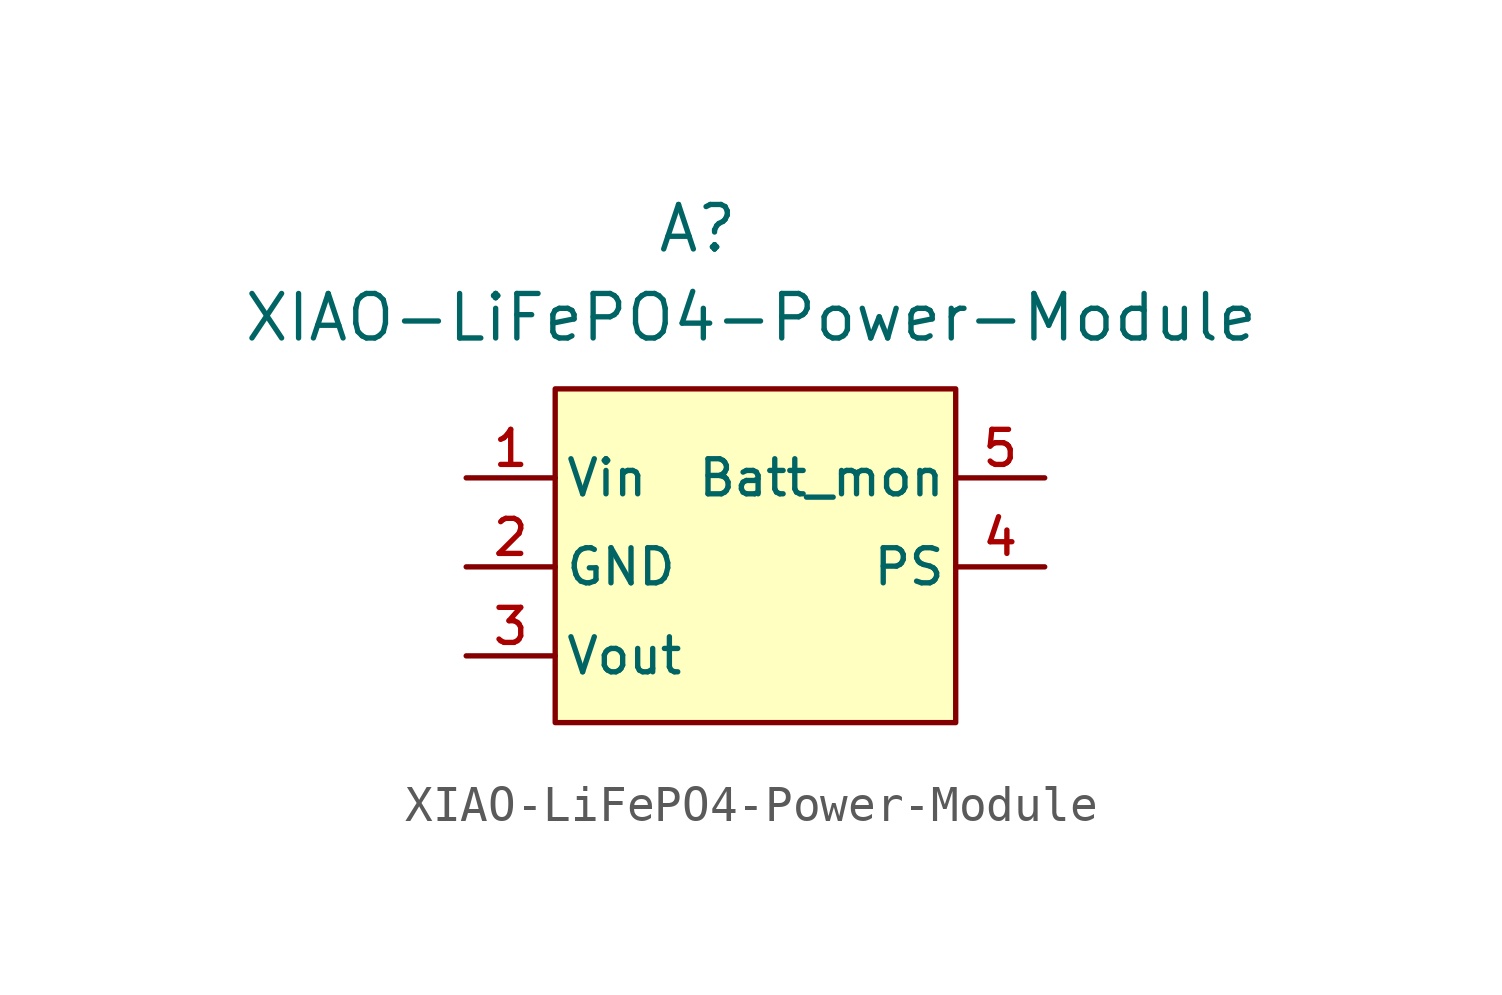
<source format=kicad_sym>
(kicad_symbol_lib
  (version 20241209)
  (generator "kicad_symbol_editor")
  (generator_version "9.0")
  (symbol "XIAO-LiFePO4-Power-Module"
    (pin_names
      (offset 0.254))
    (property "Reference" "A"
      (at 4.064 4.572 0)
      (effects (font (size 1.27 1.27))))
    (property "Value" "XIAO-LiFePO4-Power-Module"
      (at 5.588 2.032 0)
      (effects (font (size 1.27 1.27))))
    (symbol "XIAO-LiFePO4-Power-Module_1_1"
      (rectangle (start 0 0) (end 11.43 -9.525) (stroke (width 0) (type solid)) (fill (type background)))
      (pin passive line (at -2.54 -2.54 0) (length 2.54) (name "Vin" (effects (font (size 1 1)))) (number "1" (effects (font (size 1 1)))))
      (pin passive line (at -2.54 -5.08 0) (length 2.54) (name "GND" (effects (font (size 1 1)))) (number "2" (effects (font (size 1 1)))))
      (pin passive line (at -2.54 -7.62 0) (length 2.54) (name "Vout" (effects (font (size 1 1)))) (number "3" (effects (font (size 1 1)))))
      (pin passive line (at 13.97 -2.54 180) (length 2.54) (name "Batt_mon" (effects (font (size 1 1)))) (number "5" (effects (font (size 1 1)))))
      (pin passive line (at 13.97 -5.08 180) (length 2.54) (name "PS" (effects (font (size 1 1)))) (number "4" (effects (font (size 1 1))))))))
</source>
